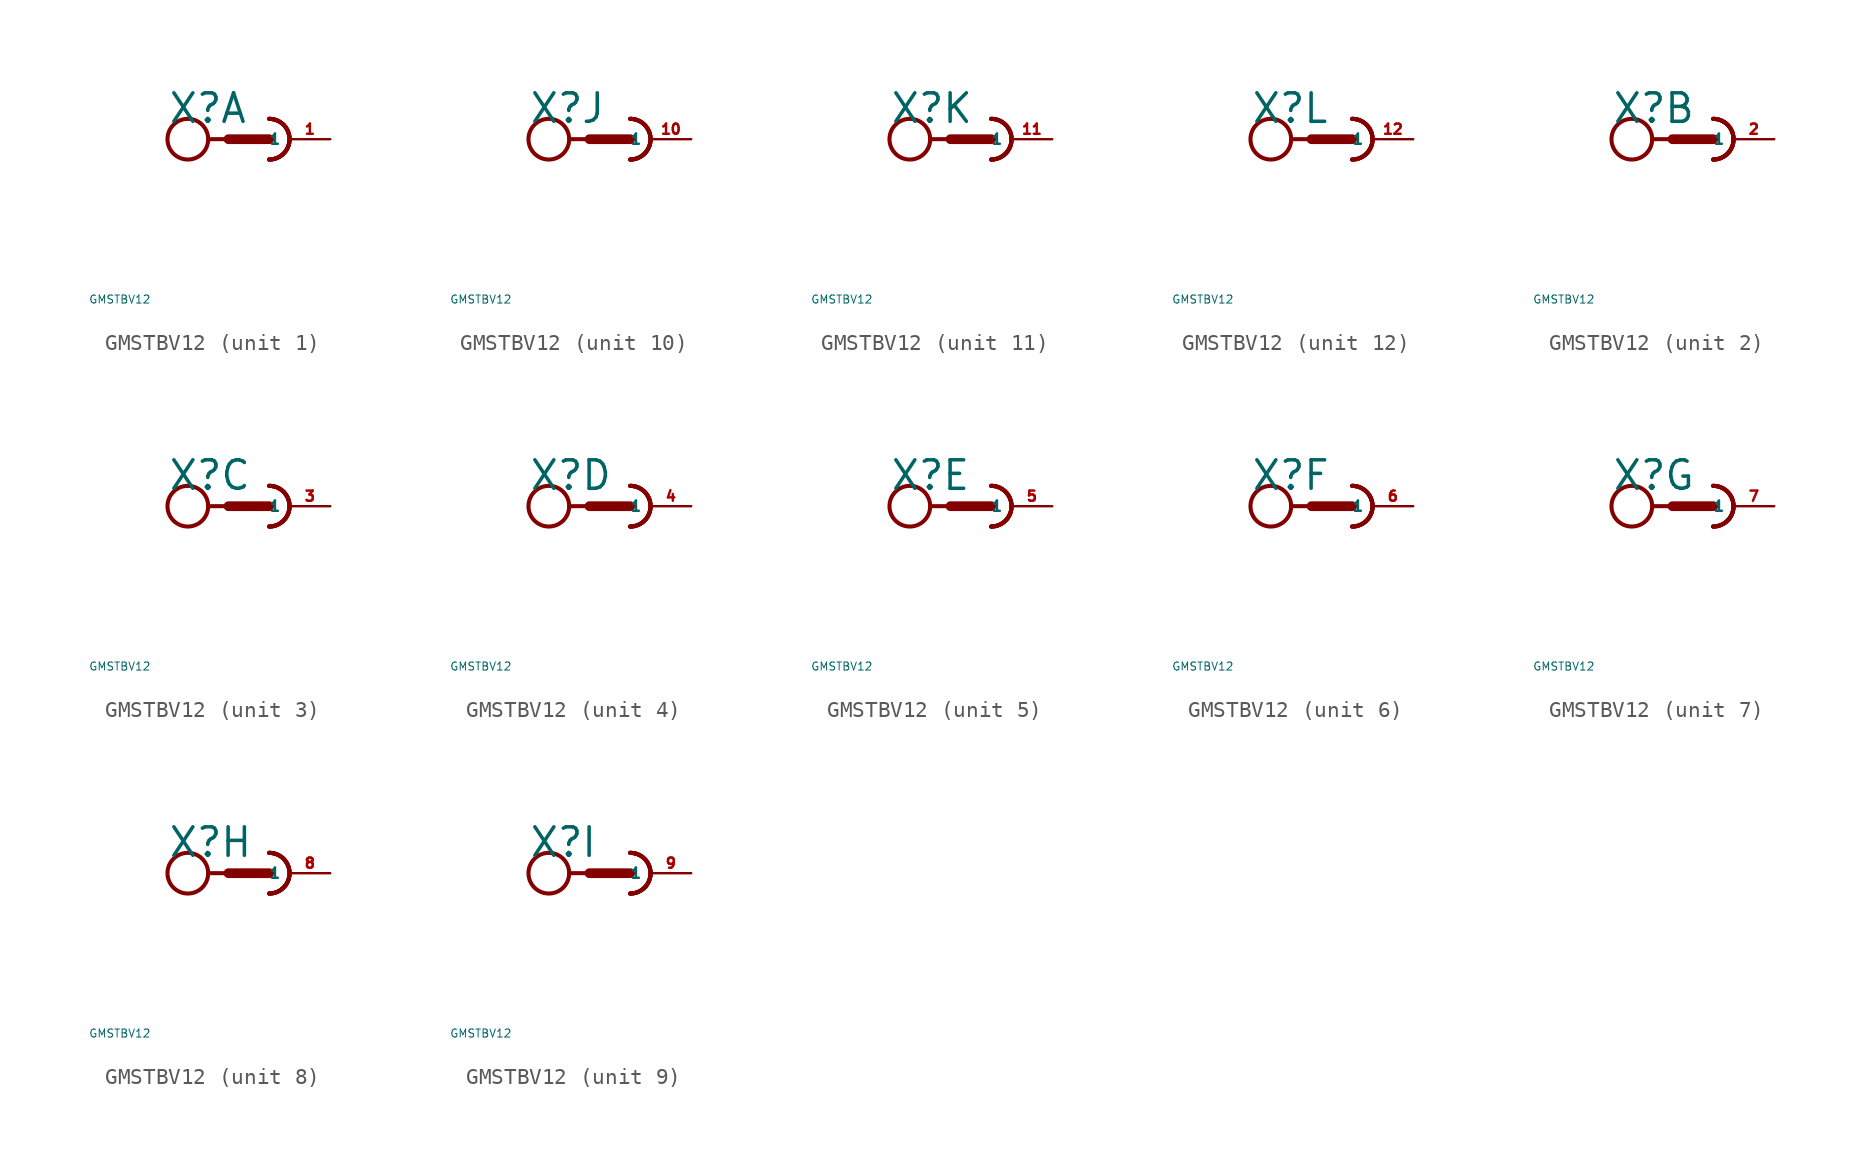
<source format=kicad_sym>
(kicad_symbol_lib
  (version 20220914)
  (generator Eagle2Kicad)
  (symbol "GMSTBV12"
    (property "Reference" "X"
      (at -5.08 0.889 0)
      (effects (font (size 1.778 1.778) (thickness 0.22)) (justify left bottom)))
    (property "Value" "GMSTBV12"
      (at -10 -10 0)
      (effects (font (size 0.5 0.5) (thickness 0.06)) (justify left)))
    (symbol "GMSTBV12_1_0"
      (arc (start 1.27 -1.27) (mid 2.540 0.000) (end 1.27 1.27) (stroke (width 0.254) (type default)) (fill (type none)))
      (arc (start 1.27 -1.27) (mid 2.540 0.000) (end 1.27 1.27) (stroke (width 0.254) (type default)) (fill (type none)))
      (arc (start 1.27 -1.27) (mid 2.540 0.000) (end 1.27 1.27) (stroke (width 0.254) (type default)) (fill (type none)))
      (polyline (pts (xy -2.54 0) (xy -1.27 0)) (stroke (width 0.254) (type default)) (fill (type none)))
      (polyline (pts (xy -1.27 0) (xy 1.27 0)) (stroke (width 0.61) (type default)) (fill (type none)))
      (arc (start 1.27 -1.27) (mid 2.540 0.000) (end 1.27 1.27) (stroke (width 0.254) (type default)) (fill (type none)))
      (circle (center -3.81 0) (radius 1.27) (stroke (width 0.254) (type default)) (fill (type none)))
      (pin passive line (at 5.08 0 180) (length 2.54) (name "1" (effects (font (size 0.635 0.635) (thickness 0.08)) (justify left bottom))) (number "1" (effects (font (size 0.635 0.635) (thickness 0.08)) (justify left bottom)))))
    (symbol "GMSTBV12_2_0"
      (arc (start 1.27 -1.27) (mid 2.540 0.000) (end 1.27 1.27) (stroke (width 0.254) (type default)) (fill (type none)))
      (arc (start 1.27 -1.27) (mid 2.540 0.000) (end 1.27 1.27) (stroke (width 0.254) (type default)) (fill (type none)))
      (arc (start 1.27 -1.27) (mid 2.540 0.000) (end 1.27 1.27) (stroke (width 0.254) (type default)) (fill (type none)))
      (polyline (pts (xy -2.54 0) (xy -1.27 0)) (stroke (width 0.254) (type default)) (fill (type none)))
      (polyline (pts (xy -1.27 0) (xy 1.27 0)) (stroke (width 0.61) (type default)) (fill (type none)))
      (arc (start 1.27 -1.27) (mid 2.540 0.000) (end 1.27 1.27) (stroke (width 0.254) (type default)) (fill (type none)))
      (circle (center -3.81 0) (radius 1.27) (stroke (width 0.254) (type default)) (fill (type none)))
      (pin passive line (at 5.08 0 180) (length 2.54) (name "1" (effects (font (size 0.635 0.635) (thickness 0.08)) (justify left bottom))) (number "2" (effects (font (size 0.635 0.635) (thickness 0.08)) (justify left bottom)))))
    (symbol "GMSTBV12_3_0"
      (arc (start 1.27 -1.27) (mid 2.540 0.000) (end 1.27 1.27) (stroke (width 0.254) (type default)) (fill (type none)))
      (arc (start 1.27 -1.27) (mid 2.540 0.000) (end 1.27 1.27) (stroke (width 0.254) (type default)) (fill (type none)))
      (arc (start 1.27 -1.27) (mid 2.540 0.000) (end 1.27 1.27) (stroke (width 0.254) (type default)) (fill (type none)))
      (polyline (pts (xy -2.54 0) (xy -1.27 0)) (stroke (width 0.254) (type default)) (fill (type none)))
      (polyline (pts (xy -1.27 0) (xy 1.27 0)) (stroke (width 0.61) (type default)) (fill (type none)))
      (arc (start 1.27 -1.27) (mid 2.540 0.000) (end 1.27 1.27) (stroke (width 0.254) (type default)) (fill (type none)))
      (circle (center -3.81 0) (radius 1.27) (stroke (width 0.254) (type default)) (fill (type none)))
      (pin passive line (at 5.08 0 180) (length 2.54) (name "1" (effects (font (size 0.635 0.635) (thickness 0.08)) (justify left bottom))) (number "3" (effects (font (size 0.635 0.635) (thickness 0.08)) (justify left bottom)))))
    (symbol "GMSTBV12_4_0"
      (arc (start 1.27 -1.27) (mid 2.540 0.000) (end 1.27 1.27) (stroke (width 0.254) (type default)) (fill (type none)))
      (arc (start 1.27 -1.27) (mid 2.540 0.000) (end 1.27 1.27) (stroke (width 0.254) (type default)) (fill (type none)))
      (arc (start 1.27 -1.27) (mid 2.540 0.000) (end 1.27 1.27) (stroke (width 0.254) (type default)) (fill (type none)))
      (polyline (pts (xy -2.54 0) (xy -1.27 0)) (stroke (width 0.254) (type default)) (fill (type none)))
      (polyline (pts (xy -1.27 0) (xy 1.27 0)) (stroke (width 0.61) (type default)) (fill (type none)))
      (arc (start 1.27 -1.27) (mid 2.540 0.000) (end 1.27 1.27) (stroke (width 0.254) (type default)) (fill (type none)))
      (circle (center -3.81 0) (radius 1.27) (stroke (width 0.254) (type default)) (fill (type none)))
      (pin passive line (at 5.08 0 180) (length 2.54) (name "1" (effects (font (size 0.635 0.635) (thickness 0.08)) (justify left bottom))) (number "4" (effects (font (size 0.635 0.635) (thickness 0.08)) (justify left bottom)))))
    (symbol "GMSTBV12_5_0"
      (arc (start 1.27 -1.27) (mid 2.540 0.000) (end 1.27 1.27) (stroke (width 0.254) (type default)) (fill (type none)))
      (arc (start 1.27 -1.27) (mid 2.540 0.000) (end 1.27 1.27) (stroke (width 0.254) (type default)) (fill (type none)))
      (arc (start 1.27 -1.27) (mid 2.540 0.000) (end 1.27 1.27) (stroke (width 0.254) (type default)) (fill (type none)))
      (polyline (pts (xy -2.54 0) (xy -1.27 0)) (stroke (width 0.254) (type default)) (fill (type none)))
      (polyline (pts (xy -1.27 0) (xy 1.27 0)) (stroke (width 0.61) (type default)) (fill (type none)))
      (arc (start 1.27 -1.27) (mid 2.540 0.000) (end 1.27 1.27) (stroke (width 0.254) (type default)) (fill (type none)))
      (circle (center -3.81 0) (radius 1.27) (stroke (width 0.254) (type default)) (fill (type none)))
      (pin passive line (at 5.08 0 180) (length 2.54) (name "1" (effects (font (size 0.635 0.635) (thickness 0.08)) (justify left bottom))) (number "5" (effects (font (size 0.635 0.635) (thickness 0.08)) (justify left bottom)))))
    (symbol "GMSTBV12_6_0"
      (arc (start 1.27 -1.27) (mid 2.540 0.000) (end 1.27 1.27) (stroke (width 0.254) (type default)) (fill (type none)))
      (arc (start 1.27 -1.27) (mid 2.540 0.000) (end 1.27 1.27) (stroke (width 0.254) (type default)) (fill (type none)))
      (arc (start 1.27 -1.27) (mid 2.540 0.000) (end 1.27 1.27) (stroke (width 0.254) (type default)) (fill (type none)))
      (polyline (pts (xy -2.54 0) (xy -1.27 0)) (stroke (width 0.254) (type default)) (fill (type none)))
      (polyline (pts (xy -1.27 0) (xy 1.27 0)) (stroke (width 0.61) (type default)) (fill (type none)))
      (arc (start 1.27 -1.27) (mid 2.540 0.000) (end 1.27 1.27) (stroke (width 0.254) (type default)) (fill (type none)))
      (circle (center -3.81 0) (radius 1.27) (stroke (width 0.254) (type default)) (fill (type none)))
      (pin passive line (at 5.08 0 180) (length 2.54) (name "1" (effects (font (size 0.635 0.635) (thickness 0.08)) (justify left bottom))) (number "6" (effects (font (size 0.635 0.635) (thickness 0.08)) (justify left bottom)))))
    (symbol "GMSTBV12_7_0"
      (arc (start 1.27 -1.27) (mid 2.540 0.000) (end 1.27 1.27) (stroke (width 0.254) (type default)) (fill (type none)))
      (arc (start 1.27 -1.27) (mid 2.540 0.000) (end 1.27 1.27) (stroke (width 0.254) (type default)) (fill (type none)))
      (arc (start 1.27 -1.27) (mid 2.540 0.000) (end 1.27 1.27) (stroke (width 0.254) (type default)) (fill (type none)))
      (polyline (pts (xy -2.54 0) (xy -1.27 0)) (stroke (width 0.254) (type default)) (fill (type none)))
      (polyline (pts (xy -1.27 0) (xy 1.27 0)) (stroke (width 0.61) (type default)) (fill (type none)))
      (arc (start 1.27 -1.27) (mid 2.540 0.000) (end 1.27 1.27) (stroke (width 0.254) (type default)) (fill (type none)))
      (circle (center -3.81 0) (radius 1.27) (stroke (width 0.254) (type default)) (fill (type none)))
      (pin passive line (at 5.08 0 180) (length 2.54) (name "1" (effects (font (size 0.635 0.635) (thickness 0.08)) (justify left bottom))) (number "7" (effects (font (size 0.635 0.635) (thickness 0.08)) (justify left bottom)))))
    (symbol "GMSTBV12_8_0"
      (arc (start 1.27 -1.27) (mid 2.540 0.000) (end 1.27 1.27) (stroke (width 0.254) (type default)) (fill (type none)))
      (arc (start 1.27 -1.27) (mid 2.540 0.000) (end 1.27 1.27) (stroke (width 0.254) (type default)) (fill (type none)))
      (arc (start 1.27 -1.27) (mid 2.540 0.000) (end 1.27 1.27) (stroke (width 0.254) (type default)) (fill (type none)))
      (polyline (pts (xy -2.54 0) (xy -1.27 0)) (stroke (width 0.254) (type default)) (fill (type none)))
      (polyline (pts (xy -1.27 0) (xy 1.27 0)) (stroke (width 0.61) (type default)) (fill (type none)))
      (arc (start 1.27 -1.27) (mid 2.540 0.000) (end 1.27 1.27) (stroke (width 0.254) (type default)) (fill (type none)))
      (circle (center -3.81 0) (radius 1.27) (stroke (width 0.254) (type default)) (fill (type none)))
      (pin passive line (at 5.08 0 180) (length 2.54) (name "1" (effects (font (size 0.635 0.635) (thickness 0.08)) (justify left bottom))) (number "8" (effects (font (size 0.635 0.635) (thickness 0.08)) (justify left bottom)))))
    (symbol "GMSTBV12_9_0"
      (arc (start 1.27 -1.27) (mid 2.540 0.000) (end 1.27 1.27) (stroke (width 0.254) (type default)) (fill (type none)))
      (arc (start 1.27 -1.27) (mid 2.540 0.000) (end 1.27 1.27) (stroke (width 0.254) (type default)) (fill (type none)))
      (arc (start 1.27 -1.27) (mid 2.540 0.000) (end 1.27 1.27) (stroke (width 0.254) (type default)) (fill (type none)))
      (polyline (pts (xy -2.54 0) (xy -1.27 0)) (stroke (width 0.254) (type default)) (fill (type none)))
      (polyline (pts (xy -1.27 0) (xy 1.27 0)) (stroke (width 0.61) (type default)) (fill (type none)))
      (arc (start 1.27 -1.27) (mid 2.540 0.000) (end 1.27 1.27) (stroke (width 0.254) (type default)) (fill (type none)))
      (circle (center -3.81 0) (radius 1.27) (stroke (width 0.254) (type default)) (fill (type none)))
      (pin passive line (at 5.08 0 180) (length 2.54) (name "1" (effects (font (size 0.635 0.635) (thickness 0.08)) (justify left bottom))) (number "9" (effects (font (size 0.635 0.635) (thickness 0.08)) (justify left bottom)))))
    (symbol "GMSTBV12_10_0"
      (arc (start 1.27 -1.27) (mid 2.540 0.000) (end 1.27 1.27) (stroke (width 0.254) (type default)) (fill (type none)))
      (arc (start 1.27 -1.27) (mid 2.540 0.000) (end 1.27 1.27) (stroke (width 0.254) (type default)) (fill (type none)))
      (arc (start 1.27 -1.27) (mid 2.540 0.000) (end 1.27 1.27) (stroke (width 0.254) (type default)) (fill (type none)))
      (polyline (pts (xy -2.54 0) (xy -1.27 0)) (stroke (width 0.254) (type default)) (fill (type none)))
      (polyline (pts (xy -1.27 0) (xy 1.27 0)) (stroke (width 0.61) (type default)) (fill (type none)))
      (arc (start 1.27 -1.27) (mid 2.540 0.000) (end 1.27 1.27) (stroke (width 0.254) (type default)) (fill (type none)))
      (circle (center -3.81 0) (radius 1.27) (stroke (width 0.254) (type default)) (fill (type none)))
      (pin passive line (at 5.08 0 180) (length 2.54) (name "1" (effects (font (size 0.635 0.635) (thickness 0.08)) (justify left bottom))) (number "10" (effects (font (size 0.635 0.635) (thickness 0.08)) (justify left bottom)))))
    (symbol "GMSTBV12_11_0"
      (arc (start 1.27 -1.27) (mid 2.540 0.000) (end 1.27 1.27) (stroke (width 0.254) (type default)) (fill (type none)))
      (arc (start 1.27 -1.27) (mid 2.540 0.000) (end 1.27 1.27) (stroke (width 0.254) (type default)) (fill (type none)))
      (arc (start 1.27 -1.27) (mid 2.540 0.000) (end 1.27 1.27) (stroke (width 0.254) (type default)) (fill (type none)))
      (polyline (pts (xy -2.54 0) (xy -1.27 0)) (stroke (width 0.254) (type default)) (fill (type none)))
      (polyline (pts (xy -1.27 0) (xy 1.27 0)) (stroke (width 0.61) (type default)) (fill (type none)))
      (arc (start 1.27 -1.27) (mid 2.540 0.000) (end 1.27 1.27) (stroke (width 0.254) (type default)) (fill (type none)))
      (circle (center -3.81 0) (radius 1.27) (stroke (width 0.254) (type default)) (fill (type none)))
      (pin passive line (at 5.08 0 180) (length 2.54) (name "1" (effects (font (size 0.635 0.635) (thickness 0.08)) (justify left bottom))) (number "11" (effects (font (size 0.635 0.635) (thickness 0.08)) (justify left bottom)))))
    (symbol "GMSTBV12_12_0"
      (arc (start 1.27 -1.27) (mid 2.540 0.000) (end 1.27 1.27) (stroke (width 0.254) (type default)) (fill (type none)))
      (arc (start 1.27 -1.27) (mid 2.540 0.000) (end 1.27 1.27) (stroke (width 0.254) (type default)) (fill (type none)))
      (arc (start 1.27 -1.27) (mid 2.540 0.000) (end 1.27 1.27) (stroke (width 0.254) (type default)) (fill (type none)))
      (polyline (pts (xy -2.54 0) (xy -1.27 0)) (stroke (width 0.254) (type default)) (fill (type none)))
      (polyline (pts (xy -1.27 0) (xy 1.27 0)) (stroke (width 0.61) (type default)) (fill (type none)))
      (arc (start 1.27 -1.27) (mid 2.540 0.000) (end 1.27 1.27) (stroke (width 0.254) (type default)) (fill (type none)))
      (circle (center -3.81 0) (radius 1.27) (stroke (width 0.254) (type default)) (fill (type none)))
      (pin passive line (at 5.08 0 180) (length 2.54) (name "1" (effects (font (size 0.635 0.635) (thickness 0.08)) (justify left bottom))) (number "12" (effects (font (size 0.635 0.635) (thickness 0.08)) (justify left bottom)))))))
</source>
